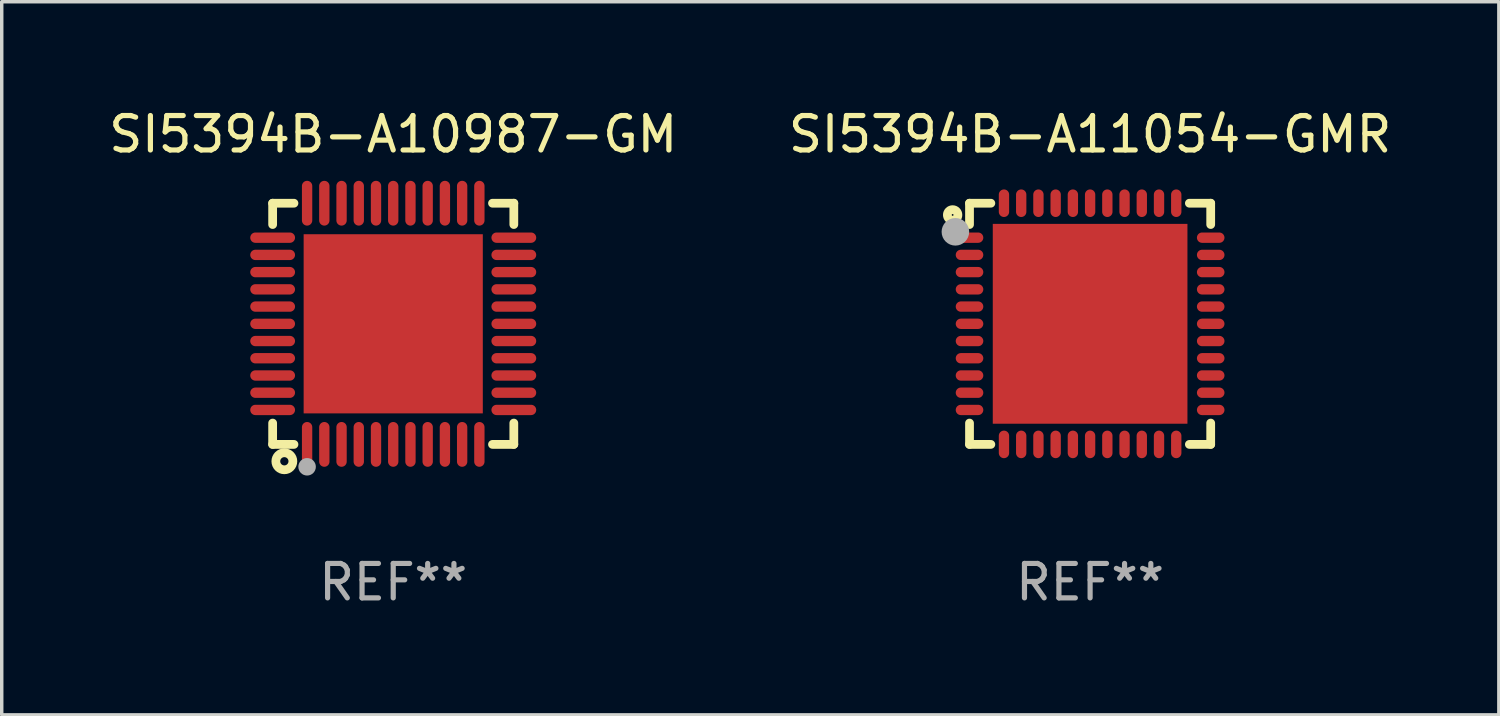
<source format=kicad_pcb>
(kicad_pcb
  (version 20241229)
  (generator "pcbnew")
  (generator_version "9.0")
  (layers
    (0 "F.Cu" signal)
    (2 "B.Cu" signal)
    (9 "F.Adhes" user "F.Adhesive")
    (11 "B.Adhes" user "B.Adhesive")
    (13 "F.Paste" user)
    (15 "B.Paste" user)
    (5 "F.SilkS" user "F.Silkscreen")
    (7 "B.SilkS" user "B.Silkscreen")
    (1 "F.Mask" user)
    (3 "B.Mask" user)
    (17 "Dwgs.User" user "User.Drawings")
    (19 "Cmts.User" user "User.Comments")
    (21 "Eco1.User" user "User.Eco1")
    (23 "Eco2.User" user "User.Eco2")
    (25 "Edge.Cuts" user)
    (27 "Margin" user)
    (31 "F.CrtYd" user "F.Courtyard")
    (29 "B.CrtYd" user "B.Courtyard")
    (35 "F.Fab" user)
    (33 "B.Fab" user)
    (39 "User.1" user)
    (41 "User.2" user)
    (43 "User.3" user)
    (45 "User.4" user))
  (footprint "SI5394B-A11054-GMR"
    (layer "F.Cu")
    (at 28.589 6.348)
    (property "Reference" "SI5394B-A11054-GMR" (at 0 -5.5 0) (layer "F.SilkS") (effects (font (size 1 1) (thickness 0.15))))
    (attr through_hole)
    (fp_line (start -3.5 -3.5) (end -2.881 -3.5) (stroke (width 0.254) (type solid)) (layer "F.SilkS"))
    (fp_line (start -3.5 -2.881) (end -3.5 -3.5) (stroke (width 0.254) (type solid)) (layer "F.SilkS"))
    (fp_line (start -3.5 3.5) (end -3.5 2.881) (stroke (width 0.254) (type solid)) (layer "F.SilkS"))
    (fp_line (start -2.881 3.5) (end -3.5 3.5) (stroke (width 0.254) (type solid)) (layer "F.SilkS"))
    (fp_line (start 2.881 -3.5) (end 3.5 -3.5) (stroke (width 0.254) (type solid)) (layer "F.SilkS"))
    (fp_line (start 3.5 -3.5) (end 3.5 -2.881) (stroke (width 0.254) (type solid)) (layer "F.SilkS"))
    (fp_line (start 3.5 2.881) (end 3.5 3.5) (stroke (width 0.254) (type solid)) (layer "F.SilkS"))
    (fp_line (start 3.5 3.5) (end 2.881 3.5) (stroke (width 0.254) (type solid)) (layer "F.SilkS"))
    (fp_circle (center -3.99 -3.16) (end -3.837 -3.16) (stroke (width 0.254) (type solid)) (fill no) (layer "F.SilkS"))
    (fp_circle (center -3.496 -3.5) (end -3.466 -3.5) (stroke (width 0.06) (type solid)) (fill no) (layer "F.SilkS"))
    (fp_circle (center -3.91 -2.67) (end -3.71 -2.67) (stroke (width 0.4) (type solid)) (fill no) (layer "F.Fab"))
    (fp_text user "REF**" (at 0 7.5 0) (layer "F.Fab") (effects (font (size 1 1) (thickness 0.15))))
    (pad "1" smd oval (at -3.5 -2.5) (size 0.8 0.3) (layers "F.Cu" "F.Mask" "F.Paste"))
    (pad "2" smd oval (at -3.5 -2) (size 0.8 0.3) (layers "F.Cu" "F.Mask" "F.Paste"))
    (pad "3" smd oval (at -3.5 -1.5) (size 0.8 0.3) (layers "F.Cu" "F.Mask" "F.Paste"))
    (pad "4" smd oval (at -3.5 -1) (size 0.8 0.3) (layers "F.Cu" "F.Mask" "F.Paste"))
    (pad "5" smd oval (at -3.5 -0.5) (size 0.8 0.3) (layers "F.Cu" "F.Mask" "F.Paste"))
    (pad "6" smd oval (at -3.5 -0.00014) (size 0.8 0.3) (layers "F.Cu" "F.Mask" "F.Paste"))
    (pad "7" smd oval (at -3.5 0.5) (size 0.8 0.3) (layers "F.Cu" "F.Mask" "F.Paste"))
    (pad "8" smd oval (at -3.5 1) (size 0.8 0.3) (layers "F.Cu" "F.Mask" "F.Paste"))
    (pad "9" smd oval (at -3.5 1.5) (size 0.8 0.3) (layers "F.Cu" "F.Mask" "F.Paste"))
    (pad "10" smd oval (at -3.5 2) (size 0.8 0.3) (layers "F.Cu" "F.Mask" "F.Paste"))
    (pad "11" smd oval (at -3.5 2.5) (size 0.8 0.3) (layers "F.Cu" "F.Mask" "F.Paste"))
    (pad "12" smd oval (at -2.5 3.5) (size 0.3 0.8) (layers "F.Cu" "F.Mask" "F.Paste"))
    (pad "13" smd oval (at -2 3.5) (size 0.3 0.8) (layers "F.Cu" "F.Mask" "F.Paste"))
    (pad "14" smd oval (at -1.5 3.5) (size 0.3 0.8) (layers "F.Cu" "F.Mask" "F.Paste"))
    (pad "15" smd oval (at -1 3.5) (size 0.3 0.8) (layers "F.Cu" "F.Mask" "F.Paste"))
    (pad "16" smd oval (at -0.5 3.5) (size 0.3 0.8) (layers "F.Cu" "F.Mask" "F.Paste"))
    (pad "17" smd oval (at -0.000127 3.5) (size 0.3 0.8) (layers "F.Cu" "F.Mask" "F.Paste"))
    (pad "18" smd oval (at 0.5 3.5) (size 0.3 0.8) (layers "F.Cu" "F.Mask" "F.Paste"))
    (pad "19" smd oval (at 1 3.5) (size 0.3 0.8) (layers "F.Cu" "F.Mask" "F.Paste"))
    (pad "20" smd oval (at 1.5 3.5) (size 0.3 0.8) (layers "F.Cu" "F.Mask" "F.Paste"))
    (pad "21" smd oval (at 2 3.5) (size 0.3 0.8) (layers "F.Cu" "F.Mask" "F.Paste"))
    (pad "22" smd oval (at 2.5 3.5) (size 0.3 0.8) (layers "F.Cu" "F.Mask" "F.Paste"))
    (pad "23" smd oval (at 3.5 2.5) (size 0.8 0.3) (layers "F.Cu" "F.Mask" "F.Paste"))
    (pad "24" smd oval (at 3.5 2) (size 0.8 0.3) (layers "F.Cu" "F.Mask" "F.Paste"))
    (pad "25" smd oval (at 3.5 1.5) (size 0.8 0.3) (layers "F.Cu" "F.Mask" "F.Paste"))
    (pad "26" smd oval (at 3.5 1) (size 0.8 0.3) (layers "F.Cu" "F.Mask" "F.Paste"))
    (pad "27" smd oval (at 3.5 0.5) (size 0.8 0.3) (layers "F.Cu" "F.Mask" "F.Paste"))
    (pad "28" smd oval (at 3.5 -0.00014) (size 0.8 0.3) (layers "F.Cu" "F.Mask" "F.Paste"))
    (pad "29" smd oval (at 3.5 -0.5) (size 0.8 0.3) (layers "F.Cu" "F.Mask" "F.Paste"))
    (pad "30" smd oval (at 3.5 -1) (size 0.8 0.3) (layers "F.Cu" "F.Mask" "F.Paste"))
    (pad "31" smd oval (at 3.5 -1.5) (size 0.8 0.3) (layers "F.Cu" "F.Mask" "F.Paste"))
    (pad "32" smd oval (at 3.5 -2) (size 0.8 0.3) (layers "F.Cu" "F.Mask" "F.Paste"))
    (pad "33" smd oval (at 3.5 -2.5) (size 0.8 0.3) (layers "F.Cu" "F.Mask" "F.Paste"))
    (pad "34" smd oval (at 2.5 -3.5) (size 0.3 0.8) (layers "F.Cu" "F.Mask" "F.Paste"))
    (pad "35" smd oval (at 2 -3.5) (size 0.3 0.8) (layers "F.Cu" "F.Mask" "F.Paste"))
    (pad "36" smd oval (at 1.5 -3.5) (size 0.3 0.8) (layers "F.Cu" "F.Mask" "F.Paste"))
    (pad "37" smd oval (at 1 -3.5) (size 0.3 0.8) (layers "F.Cu" "F.Mask" "F.Paste"))
    (pad "38" smd oval (at 0.5 -3.5) (size 0.3 0.8) (layers "F.Cu" "F.Mask" "F.Paste"))
    (pad "39" smd oval (at -0.000127 -3.5) (size 0.3 0.8) (layers "F.Cu" "F.Mask" "F.Paste"))
    (pad "40" smd oval (at -0.5 -3.5) (size 0.3 0.8) (layers "F.Cu" "F.Mask" "F.Paste"))
    (pad "41" smd oval (at -1 -3.5) (size 0.3 0.8) (layers "F.Cu" "F.Mask" "F.Paste"))
    (pad "42" smd oval (at -1.5 -3.5) (size 0.3 0.8) (layers "F.Cu" "F.Mask" "F.Paste"))
    (pad "43" smd oval (at -2 -3.5) (size 0.3 0.8) (layers "F.Cu" "F.Mask" "F.Paste"))
    (pad "44" smd oval (at -2.5 -3.5) (size 0.3 0.8) (layers "F.Cu" "F.Mask" "F.Paste"))
    (pad "45" smd rect (at -0.000127 -0.00014) (size 5.65 5.8) (layers "F.Cu" "F.Mask" "F.Paste")))
  (footprint "SI5394B-A10987-GM"
    (layer "F.Cu")
    (at 8.363 6.348)
    (property "Reference" "SI5394B-A10987-GM" (at 0 -5.5 0) (layer "F.SilkS") (effects (font (size 1 1) (thickness 0.15))))
    (attr through_hole)
    (fp_line (start -3.5 -3.5) (end -2.881 -3.5) (stroke (width 0.254) (type solid)) (layer "F.SilkS"))
    (fp_line (start -3.5 -2.881) (end -3.5 -3.5) (stroke (width 0.254) (type solid)) (layer "F.SilkS"))
    (fp_line (start -3.5 3.5) (end -3.5 2.881) (stroke (width 0.254) (type solid)) (layer "F.SilkS"))
    (fp_line (start -2.881 3.5) (end -3.5 3.5) (stroke (width 0.254) (type solid)) (layer "F.SilkS"))
    (fp_line (start 2.881 -3.5) (end 3.5 -3.5) (stroke (width 0.254) (type solid)) (layer "F.SilkS"))
    (fp_line (start 3.5 -3.5) (end 3.5 -2.881) (stroke (width 0.254) (type solid)) (layer "F.SilkS"))
    (fp_line (start 3.5 2.881) (end 3.5 3.5) (stroke (width 0.254) (type solid)) (layer "F.SilkS"))
    (fp_line (start 3.5 3.5) (end 2.881 3.5) (stroke (width 0.254) (type solid)) (layer "F.SilkS"))
    (fp_circle (center -3.5 3.5) (end -3.47 3.5) (stroke (width 0.06) (type solid)) (fill no) (layer "F.SilkS"))
    (fp_circle (center -3.16 3.99) (end -3.04 3.99) (stroke (width 0.254) (type solid)) (fill no) (layer "F.SilkS"))
    (fp_circle (center -2.5 4.15) (end -2.373 4.15) (stroke (width 0.254) (type solid)) (fill no) (layer "F.Fab"))
    (fp_text user "REF**" (at 0 7.5 0) (layer "F.Fab") (effects (font (size 1 1) (thickness 0.15))))
    (pad "1" smd oval (at -2.5 3.5 90) (size 1.3 0.3) (layers "F.Cu" "F.Mask" "F.Paste"))
    (pad "2" smd oval (at -2 3.5 90) (size 1.3 0.3) (layers "F.Cu" "F.Mask" "F.Paste"))
    (pad "3" smd oval (at -1.5 3.5 90) (size 1.3 0.3) (layers "F.Cu" "F.Mask" "F.Paste"))
    (pad "4" smd oval (at -1 3.5 90) (size 1.3 0.3) (layers "F.Cu" "F.Mask" "F.Paste"))
    (pad "5" smd oval (at -0.5 3.5 90) (size 1.3 0.3) (layers "F.Cu" "F.Mask" "F.Paste"))
    (pad "6" smd oval (at -0.000127 3.5 90) (size 1.3 0.3) (layers "F.Cu" "F.Mask" "F.Paste"))
    (pad "7" smd oval (at 0.5 3.5 90) (size 1.3 0.3) (layers "F.Cu" "F.Mask" "F.Paste"))
    (pad "8" smd oval (at 1 3.5 90) (size 1.3 0.3) (layers "F.Cu" "F.Mask" "F.Paste"))
    (pad "9" smd oval (at 1.5 3.5 90) (size 1.3 0.3) (layers "F.Cu" "F.Mask" "F.Paste"))
    (pad "10" smd oval (at 2 3.5 90) (size 1.3 0.3) (layers "F.Cu" "F.Mask" "F.Paste"))
    (pad "11" smd oval (at 2.5 3.5 90) (size 1.3 0.3) (layers "F.Cu" "F.Mask" "F.Paste"))
    (pad "12" smd oval (at 3.5 2.5 90) (size 0.3 1.3) (layers "F.Cu" "F.Mask" "F.Paste"))
    (pad "13" smd oval (at 3.5 2 90) (size 0.3 1.3) (layers "F.Cu" "F.Mask" "F.Paste"))
    (pad "14" smd oval (at 3.5 1.5 90) (size 0.3 1.3) (layers "F.Cu" "F.Mask" "F.Paste"))
    (pad "15" smd oval (at 3.5 1 90) (size 0.3 1.3) (layers "F.Cu" "F.Mask" "F.Paste"))
    (pad "16" smd oval (at 3.5 0.5 90) (size 0.3 1.3) (layers "F.Cu" "F.Mask" "F.Paste"))
    (pad "17" smd oval (at 3.5 0.000127 90) (size 0.3 1.3) (layers "F.Cu" "F.Mask" "F.Paste"))
    (pad "18" smd oval (at 3.5 -0.5 90) (size 0.3 1.3) (layers "F.Cu" "F.Mask" "F.Paste"))
    (pad "19" smd oval (at 3.5 -1 90) (size 0.3 1.3) (layers "F.Cu" "F.Mask" "F.Paste"))
    (pad "20" smd oval (at 3.5 -1.5 90) (size 0.3 1.3) (layers "F.Cu" "F.Mask" "F.Paste"))
    (pad "21" smd oval (at 3.5 -2 90) (size 0.3 1.3) (layers "F.Cu" "F.Mask" "F.Paste"))
    (pad "22" smd oval (at 3.5 -2.5 90) (size 0.3 1.3) (layers "F.Cu" "F.Mask" "F.Paste"))
    (pad "23" smd oval (at 2.5 -3.5 90) (size 1.3 0.3) (layers "F.Cu" "F.Mask" "F.Paste"))
    (pad "24" smd oval (at 2 -3.5 90) (size 1.3 0.3) (layers "F.Cu" "F.Mask" "F.Paste"))
    (pad "25" smd oval (at 1.5 -3.5 90) (size 1.3 0.3) (layers "F.Cu" "F.Mask" "F.Paste"))
    (pad "26" smd oval (at 1 -3.5 90) (size 1.3 0.3) (layers "F.Cu" "F.Mask" "F.Paste"))
    (pad "27" smd oval (at 0.5 -3.5 90) (size 1.3 0.3) (layers "F.Cu" "F.Mask" "F.Paste"))
    (pad "28" smd oval (at -0.000127 -3.5 90) (size 1.3 0.3) (layers "F.Cu" "F.Mask" "F.Paste"))
    (pad "29" smd oval (at -0.5 -3.5 90) (size 1.3 0.3) (layers "F.Cu" "F.Mask" "F.Paste"))
    (pad "30" smd oval (at -1 -3.5 90) (size 1.3 0.3) (layers "F.Cu" "F.Mask" "F.Paste"))
    (pad "31" smd oval (at -1.5 -3.5 90) (size 1.3 0.3) (layers "F.Cu" "F.Mask" "F.Paste"))
    (pad "32" smd oval (at -2 -3.5 90) (size 1.3 0.3) (layers "F.Cu" "F.Mask" "F.Paste"))
    (pad "33" smd oval (at -2.5 -3.5 90) (size 1.3 0.3) (layers "F.Cu" "F.Mask" "F.Paste"))
    (pad "34" smd oval (at -3.5 -2.5 90) (size 0.3 1.3) (layers "F.Cu" "F.Mask" "F.Paste"))
    (pad "35" smd oval (at -3.5 -2 90) (size 0.3 1.3) (layers "F.Cu" "F.Mask" "F.Paste"))
    (pad "36" smd oval (at -3.5 -1.5 90) (size 0.3 1.3) (layers "F.Cu" "F.Mask" "F.Paste"))
    (pad "37" smd oval (at -3.5 -1 90) (size 0.3 1.3) (layers "F.Cu" "F.Mask" "F.Paste"))
    (pad "38" smd oval (at -3.5 -0.5 90) (size 0.3 1.3) (layers "F.Cu" "F.Mask" "F.Paste"))
    (pad "39" smd oval (at -3.5 0.000127 90) (size 0.3 1.3) (layers "F.Cu" "F.Mask" "F.Paste"))
    (pad "40" smd oval (at -3.5 0.5 90) (size 0.3 1.3) (layers "F.Cu" "F.Mask" "F.Paste"))
    (pad "41" smd oval (at -3.5 1 90) (size 0.3 1.3) (layers "F.Cu" "F.Mask" "F.Paste"))
    (pad "42" smd oval (at -3.5 1.5 90) (size 0.3 1.3) (layers "F.Cu" "F.Mask" "F.Paste"))
    (pad "43" smd oval (at -3.5 2 90) (size 0.3 1.3) (layers "F.Cu" "F.Mask" "F.Paste"))
    (pad "44" smd oval (at -3.5 2.5 90) (size 0.3 1.3) (layers "F.Cu" "F.Mask" "F.Paste"))
    (pad "45" smd rect (at -0.000127 0.000127 90) (size 5.2 5.2) (layers "F.Cu" "F.Mask" "F.Paste")))
  (gr_rect
    (start -3 -3)
    (end 40.452 17.697)
    (stroke (width 0.1) (type default))
    (fill no)
    (layer "Edge.Cuts")))
</source>
